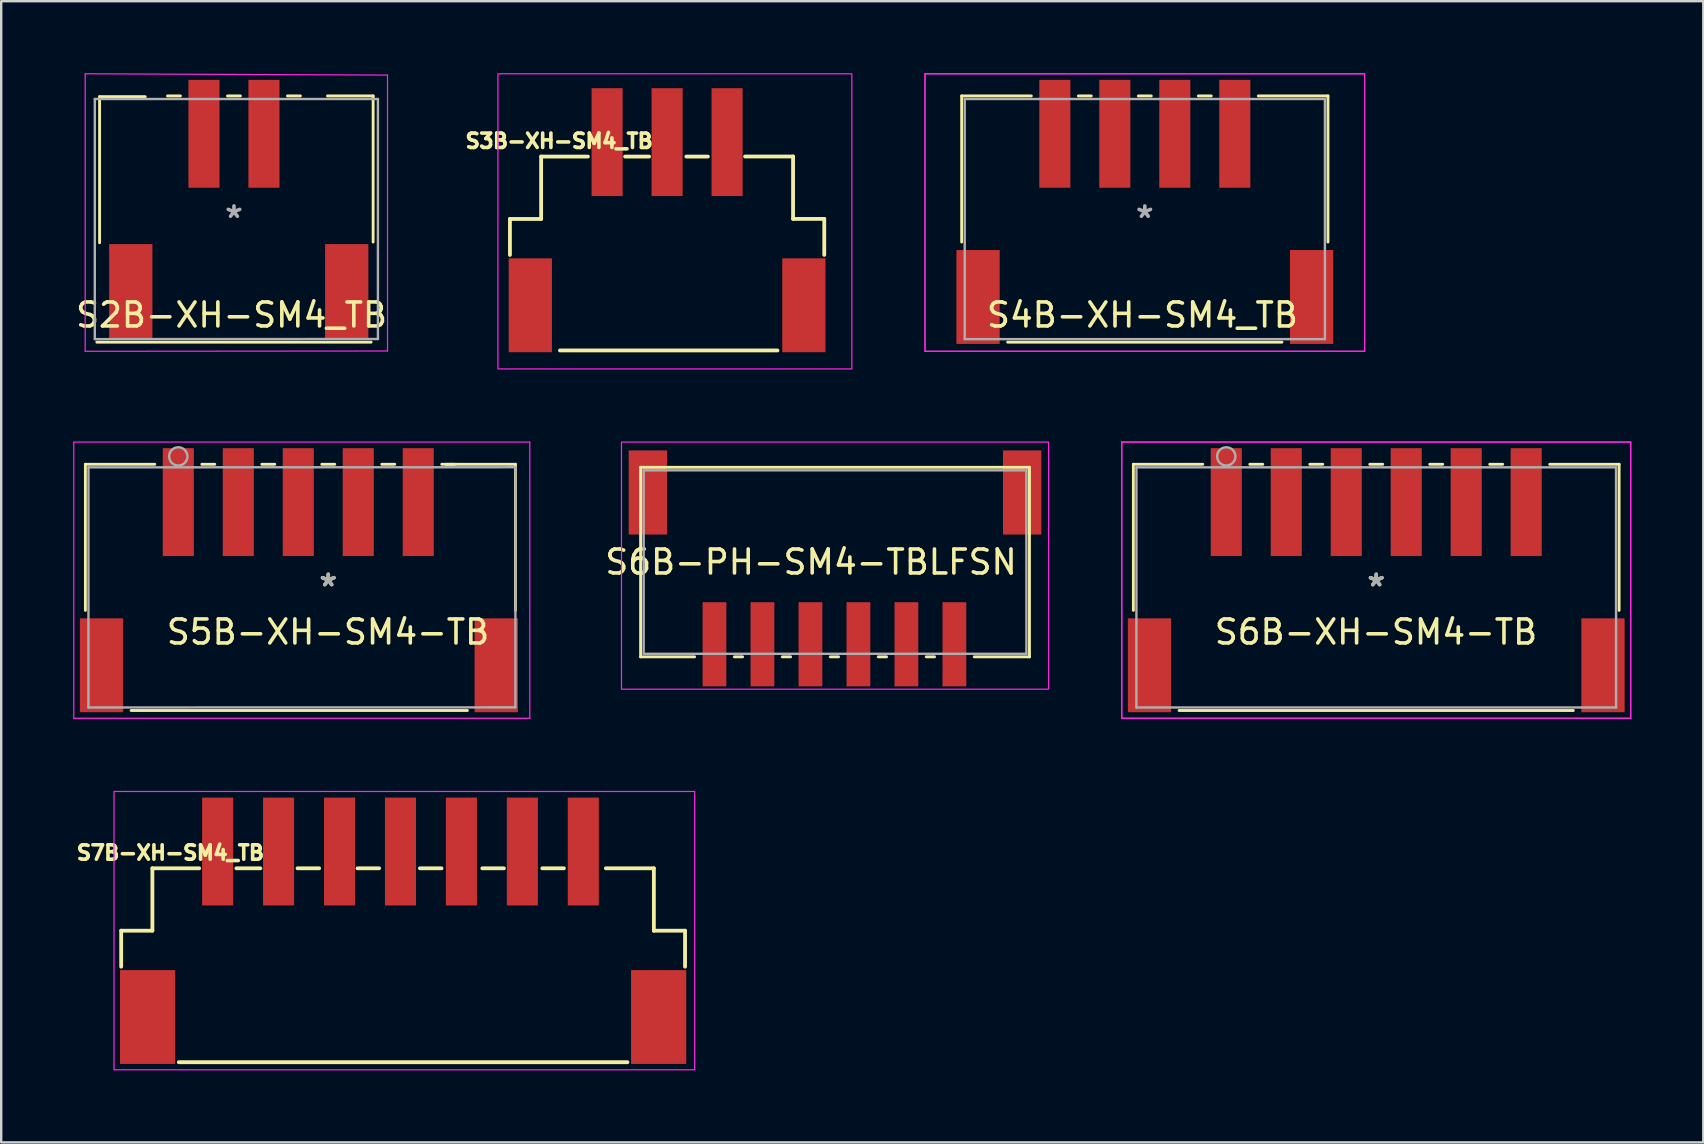
<source format=kicad_pcb>
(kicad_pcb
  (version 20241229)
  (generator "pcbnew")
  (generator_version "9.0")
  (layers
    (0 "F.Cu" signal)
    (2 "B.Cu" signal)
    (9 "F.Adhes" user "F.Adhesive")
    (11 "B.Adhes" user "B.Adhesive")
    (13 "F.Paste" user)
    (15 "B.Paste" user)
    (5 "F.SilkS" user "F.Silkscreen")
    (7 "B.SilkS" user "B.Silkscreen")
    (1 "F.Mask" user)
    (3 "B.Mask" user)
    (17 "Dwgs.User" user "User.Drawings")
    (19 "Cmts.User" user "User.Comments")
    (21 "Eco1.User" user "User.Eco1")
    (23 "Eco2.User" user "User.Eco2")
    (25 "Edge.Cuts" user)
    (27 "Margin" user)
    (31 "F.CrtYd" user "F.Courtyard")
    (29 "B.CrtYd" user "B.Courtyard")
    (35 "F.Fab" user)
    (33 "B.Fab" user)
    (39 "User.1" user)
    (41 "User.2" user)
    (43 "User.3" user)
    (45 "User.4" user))
  (footprint "S4B-XH-SM4_TB"
    (layer "F.Cu")
    (at 44.663 6.079)
    (property "Reference" "S4B-XH-SM4_TB" (at -0.1 4 0) (layer "F.SilkS") (effects (font (size 1 1) (thickness 0.15))))
    (attr smd)
    (fp_line (start -7.633 -5.131) (end -7.633 0.959) (stroke (width 0.12) (type solid)) (layer "F.SilkS"))
    (fp_line (start -5.716 5.131) (end 5.716 5.131) (stroke (width 0.12) (type solid)) (layer "F.SilkS"))
    (fp_line (start -4.73 -5.131) (end -7.633 -5.131) (stroke (width 0.12) (type solid)) (layer "F.SilkS"))
    (fp_line (start -2.23 -5.131) (end -2.77 -5.131) (stroke (width 0.12) (type solid)) (layer "F.SilkS"))
    (fp_line (start 0.27 -5.131) (end -0.27 -5.131) (stroke (width 0.12) (type solid)) (layer "F.SilkS"))
    (fp_line (start 2.77 -5.131) (end 2.23 -5.131) (stroke (width 0.12) (type solid)) (layer "F.SilkS"))
    (fp_line (start 7.633 -5.131) (end 4.73 -5.131) (stroke (width 0.12) (type solid)) (layer "F.SilkS"))
    (fp_line (start 7.633 0.959) (end 7.633 -5.131) (stroke (width 0.12) (type solid)) (layer "F.SilkS"))
    (fp_line (start -9.16 -6.054) (end -9.16 5.512) (stroke (width 0.05) (type solid)) (layer "F.CrtYd"))
    (fp_line (start -9.16 -6.054) (end -9.16 5.512) (stroke (width 0.05) (type solid)) (layer "F.CrtYd"))
    (fp_line (start -9.16 5.512) (end 9.16 5.512) (stroke (width 0.05) (type solid)) (layer "F.CrtYd"))
    (fp_line (start -9.16 5.512) (end 9.16 5.512) (stroke (width 0.05) (type solid)) (layer "F.CrtYd"))
    (fp_line (start 9.16 -6.054) (end -9.16 -6.054) (stroke (width 0.05) (type solid)) (layer "F.CrtYd"))
    (fp_line (start 9.16 -6.054) (end -9.16 -6.054) (stroke (width 0.05) (type solid)) (layer "F.CrtYd"))
    (fp_line (start 9.16 5.512) (end 9.16 -6.054) (stroke (width 0.05) (type solid)) (layer "F.CrtYd"))
    (fp_line (start 9.16 5.512) (end 9.16 -6.054) (stroke (width 0.05) (type solid)) (layer "F.CrtYd"))
    (fp_line (start -7.506 -5.004) (end -7.506 5.004) (stroke (width 0.1) (type solid)) (layer "F.Fab"))
    (fp_line (start -7.506 5.004) (end 7.506 5.004) (stroke (width 0.1) (type solid)) (layer "F.Fab"))
    (fp_line (start 7.506 -5.004) (end -7.506 -5.004) (stroke (width 0.1) (type solid)) (layer "F.Fab"))
    (fp_line (start 7.506 5.004) (end 7.506 -5.004) (stroke (width 0.1) (type solid)) (layer "F.Fab"))
    (fp_text user "*" (at 0 0 0) (layer "F.Fab") (effects (font (size 1 1) (thickness 0.15))))
    (pad "1" smd rect (at -3.75 -3.552) (size 1.295 4.496) (layers "F.Cu" "F.Mask" "F.Paste"))
    (pad "2" smd rect (at -1.25 -3.552) (size 1.295 4.496) (layers "F.Cu" "F.Mask" "F.Paste"))
    (pad "3" smd rect (at 1.25 -3.552) (size 1.295 4.496) (layers "F.Cu" "F.Mask" "F.Paste"))
    (pad "4" smd rect (at 3.75 -3.552) (size 1.295 4.496) (layers "F.Cu" "F.Mask" "F.Paste"))
    (pad "5" smd rect (at -6.95 3.248 90) (size 3.912 1.803) (layers "F.Cu" "F.Mask" "F.Paste"))
    (pad "6" smd rect (at 6.95 3.248 90) (size 3.912 1.803) (layers "F.Cu" "F.Mask" "F.Paste")))
  (footprint "S2B-XH-SM4_TB"
    (layer "F.Cu")
    (at 6.701 6.079)
    (property "Reference" "S2B-XH-SM4_TB" (at -0.1 4 0) (layer "F.SilkS") (effects (font (size 1 1) (thickness 0.15))))
    (attr smd)
    (fp_line (start -5.716 5.131) (end 5.716 5.131) (stroke (width 0.12) (type solid)) (layer "F.SilkS"))
    (fp_line (start -5.6 -5.1) (end -5.6 0.99) (stroke (width 0.12) (type solid)) (layer "F.SilkS"))
    (fp_line (start -3.698 -5.1) (end -5.6 -5.1) (stroke (width 0.12) (type solid)) (layer "F.SilkS"))
    (fp_line (start -2.23 -5.131) (end -2.77 -5.131) (stroke (width 0.12) (type solid)) (layer "F.SilkS"))
    (fp_line (start 0.27 -5.131) (end -0.27 -5.131) (stroke (width 0.12) (type solid)) (layer "F.SilkS"))
    (fp_line (start 2.77 -5.131) (end 2.23 -5.131) (stroke (width 0.12) (type solid)) (layer "F.SilkS"))
    (fp_line (start 3.898 -5.131) (end 5.8 -5.131) (stroke (width 0.12) (type solid)) (layer "F.SilkS"))
    (fp_line (start 5.8 -5.131) (end 5.8 0.959) (stroke (width 0.12) (type solid)) (layer "F.SilkS"))
    (fp_line (start -6.2 -6.054) (end -6.2 5.512) (stroke (width 0.05) (type solid)) (layer "F.CrtYd"))
    (fp_line (start -6.2 5.512) (end 6.4 5.5) (stroke (width 0.05) (type solid)) (layer "F.CrtYd"))
    (fp_line (start 6.4 -6) (end -6.2 -6.054) (stroke (width 0.05) (type solid)) (layer "F.CrtYd"))
    (fp_line (start 6.4 5.5) (end 6.4 -6) (stroke (width 0.05) (type solid)) (layer "F.CrtYd"))
    (fp_line (start -5.8 -5.004) (end -5.8 5.004) (stroke (width 0.1) (type solid)) (layer "F.Fab"))
    (fp_line (start -5.8 5.004) (end 6 5) (stroke (width 0.1) (type solid)) (layer "F.Fab"))
    (fp_line (start 6 -5.004) (end -5.8 -5.004) (stroke (width 0.1) (type solid)) (layer "F.Fab"))
    (fp_line (start 6 5.004) (end 6 -5.004) (stroke (width 0.1) (type solid)) (layer "F.Fab"))
    (fp_text user "*" (at 0 0 0) (layer "F.Fab") (effects (font (size 1 1) (thickness 0.15))))
    (pad "1" smd rect (at -1.25 -3.552) (size 1.295 4.496) (layers "F.Cu" "F.Mask" "F.Paste"))
    (pad "2" smd rect (at 1.25 -3.552) (size 1.295 4.496) (layers "F.Cu" "F.Mask" "F.Paste"))
    (pad "3" smd rect (at -4.3 3 90) (size 3.912 1.803) (layers "F.Cu" "F.Mask" "F.Paste"))
    (pad "6" smd rect (at 4.7 3 90) (size 3.912 1.803) (layers "F.Cu" "F.Mask" "F.Paste")))
  (footprint "S5B-XH-SM4-TB"
    (layer "F.Cu")
    (at 8.431 21.431)
    (property "Reference" "S5B-XH-SM4-TB" (at 2.19 1.86 0) (layer "F.SilkS") (effects (font (size 1 1) (thickness 0.15))))
    (attr through_hole)
    (fp_line (start -7.922 -5.131) (end -7.922 0.958) (stroke (width 0.12) (type solid)) (layer "F.SilkS"))
    (fp_line (start -6.016 5.131) (end 8 5.131) (stroke (width 0.12) (type solid)) (layer "F.SilkS"))
    (fp_line (start -5.03 -5.131) (end -7.922 -5.131) (stroke (width 0.12) (type solid)) (layer "F.SilkS"))
    (fp_line (start -2.53 -5.131) (end -3.07 -5.131) (stroke (width 0.12) (type solid)) (layer "F.SilkS"))
    (fp_line (start -0.03 -5.131) (end -0.57 -5.131) (stroke (width 0.12) (type solid)) (layer "F.SilkS"))
    (fp_line (start 2.47 -5.131) (end 1.93 -5.131) (stroke (width 0.12) (type solid)) (layer "F.SilkS"))
    (fp_line (start 4.97 -5.131) (end 4.43 -5.131) (stroke (width 0.12) (type solid)) (layer "F.SilkS"))
    (fp_line (start 7.47 -5.131) (end 6.93 -5.131) (stroke (width 0.12) (type solid)) (layer "F.SilkS"))
    (fp_line (start 10 -5.131) (end 7.109 -5.131) (stroke (width 0.12) (type solid)) (layer "F.SilkS"))
    (fp_line (start 10 0.958) (end 10 -5.131) (stroke (width 0.12) (type solid)) (layer "F.SilkS"))
    (fp_line (start -8.406 -6.056) (end -8.406 5.456) (stroke (width 0.05) (type solid)) (layer "F.CrtYd"))
    (fp_line (start -8.406 5.456) (end 10.6 5.456) (stroke (width 0.05) (type solid)) (layer "F.CrtYd"))
    (fp_line (start 10.6 -6.056) (end -8.406 -6.056) (stroke (width 0.05) (type solid)) (layer "F.CrtYd"))
    (fp_line (start 10.6 5.456) (end 10.6 -6.056) (stroke (width 0.05) (type solid)) (layer "F.CrtYd"))
    (fp_line (start -7.795 -5.004) (end -7.795 5.004) (stroke (width 0.1) (type solid)) (layer "F.Fab"))
    (fp_line (start -7.795 5.004) (end 10 5) (stroke (width 0.1) (type solid)) (layer "F.Fab"))
    (fp_line (start 10 -5.008) (end -7.795 -5.004) (stroke (width 0.1) (type solid)) (layer "F.Fab"))
    (fp_line (start 10 5) (end 10 -5.008) (stroke (width 0.1) (type solid)) (layer "F.Fab"))
    (fp_circle (center -4.05 -5.459) (end -3.669 -5.459) (stroke (width 0.1) (type solid)) (fill no) (layer "F.Fab"))
    (fp_text user "*" (at 2.2 0 0) (layer "F.SilkS") (effects (font (size 1 1) (thickness 0.15))))
    (fp_text user "*" (at 2.2 0 0) (layer "F.Fab") (effects (font (size 1 1) (thickness 0.15))))
    (pad "1" smd rect (at -4.05 -3.554) (size 1.295 4.496) (layers "F.Cu" "F.Mask" "F.Paste"))
    (pad "2" smd rect (at -1.55 -3.554) (size 1.295 4.496) (layers "F.Cu" "F.Mask" "F.Paste"))
    (pad "3" smd rect (at 0.95 -3.554) (size 1.295 4.496) (layers "F.Cu" "F.Mask" "F.Paste"))
    (pad "4" smd rect (at 3.45 -3.554) (size 1.295 4.496) (layers "F.Cu" "F.Mask" "F.Paste"))
    (pad "5" smd rect (at 5.95 -3.554) (size 1.295 4.496) (layers "F.Cu" "F.Mask" "F.Paste"))
    (pad "S" smd rect (at -7.25 3.246) (size 1.803 3.912) (layers "F.Cu" "F.Mask" "F.Paste"))
    (pad "S" smd rect (at 9.2 3.246) (size 1.803 3.912) (layers "F.Cu" "F.Mask" "F.Paste")))
  (footprint "S6B-XH-SM4-TB"
    (layer "F.Cu")
    (at 54.308 21.431)
    (property "Reference" "S6B-XH-SM4-TB" (at -0.01 1.86 0) (layer "F.SilkS") (effects (font (size 1 1) (thickness 0.15))))
    (attr through_hole)
    (fp_line (start -10.122 -5.131) (end -10.122 0.958) (stroke (width 0.12) (type solid)) (layer "F.SilkS"))
    (fp_line (start -8.216 5.131) (end 8.216 5.131) (stroke (width 0.12) (type solid)) (layer "F.SilkS"))
    (fp_line (start -7.23 -5.131) (end -10.122 -5.131) (stroke (width 0.12) (type solid)) (layer "F.SilkS"))
    (fp_line (start -4.73 -5.131) (end -5.27 -5.131) (stroke (width 0.12) (type solid)) (layer "F.SilkS"))
    (fp_line (start -2.23 -5.131) (end -2.77 -5.131) (stroke (width 0.12) (type solid)) (layer "F.SilkS"))
    (fp_line (start 0.27 -5.131) (end -0.27 -5.131) (stroke (width 0.12) (type solid)) (layer "F.SilkS"))
    (fp_line (start 2.77 -5.131) (end 2.23 -5.131) (stroke (width 0.12) (type solid)) (layer "F.SilkS"))
    (fp_line (start 5.27 -5.131) (end 4.73 -5.131) (stroke (width 0.12) (type solid)) (layer "F.SilkS"))
    (fp_line (start 10.122 -5.131) (end 7.23 -5.131) (stroke (width 0.12) (type solid)) (layer "F.SilkS"))
    (fp_line (start 10.122 0.958) (end 10.122 -5.131) (stroke (width 0.12) (type solid)) (layer "F.SilkS"))
    (fp_line (start -10.606 -6.056) (end -10.606 5.456) (stroke (width 0.05) (type solid)) (layer "F.CrtYd"))
    (fp_line (start -10.606 -6.056) (end -10.606 5.456) (stroke (width 0.05) (type solid)) (layer "F.CrtYd"))
    (fp_line (start -10.606 5.456) (end 10.606 5.456) (stroke (width 0.05) (type solid)) (layer "F.CrtYd"))
    (fp_line (start -10.606 5.456) (end 10.606 5.456) (stroke (width 0.05) (type solid)) (layer "F.CrtYd"))
    (fp_line (start 10.606 -6.056) (end -10.606 -6.056) (stroke (width 0.05) (type solid)) (layer "F.CrtYd"))
    (fp_line (start 10.606 -6.056) (end -10.606 -6.056) (stroke (width 0.05) (type solid)) (layer "F.CrtYd"))
    (fp_line (start 10.606 5.456) (end 10.606 -6.056) (stroke (width 0.05) (type solid)) (layer "F.CrtYd"))
    (fp_line (start 10.606 5.456) (end 10.606 -6.056) (stroke (width 0.05) (type solid)) (layer "F.CrtYd"))
    (fp_line (start -9.995 -5.004) (end -9.995 5.004) (stroke (width 0.1) (type solid)) (layer "F.Fab"))
    (fp_line (start -9.995 5.004) (end 9.995 5.004) (stroke (width 0.1) (type solid)) (layer "F.Fab"))
    (fp_line (start 9.995 -5.004) (end -9.995 -5.004) (stroke (width 0.1) (type solid)) (layer "F.Fab"))
    (fp_line (start 9.995 5.004) (end 9.995 -5.004) (stroke (width 0.1) (type solid)) (layer "F.Fab"))
    (fp_circle (center -6.25 -5.459) (end -5.869 -5.459) (stroke (width 0.1) (type solid)) (fill no) (layer "F.Fab"))
    (fp_text user "*" (at 0 0 0) (layer "F.SilkS") (effects (font (size 1 1) (thickness 0.15))))
    (fp_text user "*" (at 0 0 0) (layer "F.Fab") (effects (font (size 1 1) (thickness 0.15))))
    (pad "1" smd rect (at -6.25 -3.554) (size 1.295 4.496) (layers "F.Cu" "F.Mask" "F.Paste"))
    (pad "2" smd rect (at -3.75 -3.554) (size 1.295 4.496) (layers "F.Cu" "F.Mask" "F.Paste"))
    (pad "3" smd rect (at -1.25 -3.554) (size 1.295 4.496) (layers "F.Cu" "F.Mask" "F.Paste"))
    (pad "4" smd rect (at 1.25 -3.554) (size 1.295 4.496) (layers "F.Cu" "F.Mask" "F.Paste"))
    (pad "5" smd rect (at 3.75 -3.554) (size 1.295 4.496) (layers "F.Cu" "F.Mask" "F.Paste"))
    (pad "6" smd rect (at 6.25 -3.554) (size 1.295 4.496) (layers "F.Cu" "F.Mask" "F.Paste"))
    (pad "S" smd rect (at -9.45 3.246) (size 1.803 3.912) (layers "F.Cu" "F.Mask" "F.Paste"))
    (pad "S" smd rect (at 9.45 3.246) (size 1.803 3.912) (layers "F.Cu" "F.Mask" "F.Paste")))
  (footprint "S7B-XH-SM4_TB"
    (layer "F.Cu")
    (at 13.701 37.337)
    (property "Reference" "S7B-XH-SM4_TB" (at -9.65 -4.848 0) (layer "F.SilkS") (effects (font (size 0.6 0.6) (thickness 0.15))))
    (attr smd)
    (fp_line (start -11.7 -1.598) (end -11.7 -0.098) (stroke (width 0.159) (type solid)) (layer "F.SilkS"))
    (fp_line (start -11.7 -1.598) (end -10.4 -1.598) (stroke (width 0.159) (type solid)) (layer "F.SilkS"))
    (fp_line (start -10.4 -4.198) (end -8.45 -4.198) (stroke (width 0.159) (type solid)) (layer "F.SilkS"))
    (fp_line (start -10.4 -1.598) (end -10.4 -4.198) (stroke (width 0.159) (type solid)) (layer "F.SilkS"))
    (fp_line (start -9.3 3.883) (end 9.4 3.883) (stroke (width 0.159) (type solid)) (layer "F.SilkS"))
    (fp_line (start -6.9 -4.198) (end -5.9 -4.198) (stroke (width 0.159) (type solid)) (layer "F.SilkS"))
    (fp_line (start -4.35 -4.198) (end -3.45 -4.198) (stroke (width 0.159) (type solid)) (layer "F.SilkS"))
    (fp_line (start -1.85 -4.198) (end -0.95 -4.198) (stroke (width 0.159) (type solid)) (layer "F.SilkS"))
    (fp_line (start 0.75 -4.198) (end 1.65 -4.198) (stroke (width 0.159) (type solid)) (layer "F.SilkS"))
    (fp_line (start 3.35 -4.198) (end 4.25 -4.198) (stroke (width 0.159) (type solid)) (layer "F.SilkS"))
    (fp_line (start 5.85 -4.198) (end 6.75 -4.198) (stroke (width 0.159) (type solid)) (layer "F.SilkS"))
    (fp_line (start 10.5 -4.198) (end 8.5 -4.198) (stroke (width 0.159) (type solid)) (layer "F.SilkS"))
    (fp_line (start 10.5 -1.598) (end 10.5 -4.198) (stroke (width 0.159) (type solid)) (layer "F.SilkS"))
    (fp_line (start 11.8 -1.598) (end 10.5 -1.598) (stroke (width 0.159) (type solid)) (layer "F.SilkS"))
    (fp_line (start 11.8 -1.598) (end 11.8 -0.098) (stroke (width 0.159) (type solid)) (layer "F.SilkS"))
    (fp_rect (start -12 -7.4) (end 12.2 4.2) (stroke (width 0.05) (type solid)) (fill no) (layer "F.CrtYd"))
    (pad "1" smd rect (at -7.68 -4.898) (size 1.295 4.496) (layers "F.Cu" "F.Mask" "F.Paste"))
    (pad "2" smd rect (at -5.14 -4.898) (size 1.295 4.496) (layers "F.Cu" "F.Mask" "F.Paste"))
    (pad "3" smd rect (at -2.6 -4.898) (size 1.295 4.496) (layers "F.Cu" "F.Mask" "F.Paste"))
    (pad "4" smd rect (at -0.06 -4.898) (size 1.295 4.496) (layers "F.Cu" "F.Mask" "F.Paste"))
    (pad "5" smd rect (at 2.48 -4.898) (size 1.295 4.496) (layers "F.Cu" "F.Mask" "F.Paste"))
    (pad "6" smd rect (at 5.02 -4.898) (size 1.295 4.496) (layers "F.Cu" "F.Mask" "F.Paste"))
    (pad "7" smd rect (at 7.56 -4.898) (size 1.295 4.496) (layers "F.Cu" "F.Mask" "F.Paste"))
    (pad "S" smd rect (at -10.6 2 90) (size 3.912 2.3) (layers "F.Cu" "F.Mask" "F.Paste"))
    (pad "S" smd rect (at 10.7 2 90) (size 3.912 2.3) (layers "F.Cu" "F.Mask" "F.Paste")))
  (footprint "S6B-PH-SM4-TBLFSN"
    (layer "F.Cu")
    (at 31.752 20.375)
    (property "Reference" "S6B-PH-SM4-TBLFSN" (at -1 0 0) (layer "F.SilkS") (effects (font (size 1 1) (thickness 0.15))))
    (attr through_hole)
    (fp_line (start -8.103 -3.95) (end -8.103 3.95) (stroke (width 0.12) (type solid)) (layer "F.SilkS"))
    (fp_line (start -8.103 3.95) (end -5.853 3.95) (stroke (width 0.12) (type solid)) (layer "F.SilkS"))
    (fp_line (start -4.197 3.95) (end -3.853 3.95) (stroke (width 0.12) (type solid)) (layer "F.SilkS"))
    (fp_line (start -2.197 3.95) (end -1.853 3.95) (stroke (width 0.12) (type solid)) (layer "F.SilkS"))
    (fp_line (start -0.197 3.95) (end 0.147 3.95) (stroke (width 0.12) (type solid)) (layer "F.SilkS"))
    (fp_line (start 1.803 3.95) (end 2.147 3.95) (stroke (width 0.12) (type solid)) (layer "F.SilkS"))
    (fp_line (start 3.803 3.95) (end 4.147 3.95) (stroke (width 0.12) (type solid)) (layer "F.SilkS"))
    (fp_line (start 5.803 3.95) (end 8.103 3.95) (stroke (width 0.12) (type solid)) (layer "F.SilkS"))
    (fp_line (start 8.103 -3.95) (end -8.103 -3.95) (stroke (width 0.12) (type solid)) (layer "F.SilkS"))
    (fp_line (start 8.103 3.95) (end 8.103 -3.95) (stroke (width 0.12) (type solid)) (layer "F.SilkS"))
    (fp_rect (start -8.9 -5) (end 8.9 5.3) (stroke (width 0.05) (type solid)) (fill no) (layer "F.CrtYd"))
    (fp_line (start -7.976 -3.823) (end -7.976 3.823) (stroke (width 0.1) (type solid)) (layer "F.Fab"))
    (fp_line (start -7.976 3.823) (end 7.976 3.823) (stroke (width 0.1) (type solid)) (layer "F.Fab"))
    (fp_line (start 7.976 -3.823) (end -7.976 -3.823) (stroke (width 0.1) (type solid)) (layer "F.Fab"))
    (fp_line (start 7.976 3.823) (end 7.976 -3.823) (stroke (width 0.1) (type solid)) (layer "F.Fab"))
    (pad "1" smd rect (at 4.975 3.427) (size 0.991 3.505) (layers "F.Cu" "F.Mask" "F.Paste"))
    (pad "2" smd rect (at 2.975 3.427) (size 0.991 3.505) (layers "F.Cu" "F.Mask" "F.Paste"))
    (pad "3" smd rect (at 0.975 3.427) (size 0.991 3.505) (layers "F.Cu" "F.Mask" "F.Paste"))
    (pad "4" smd rect (at -1.025 3.427) (size 0.991 3.505) (layers "F.Cu" "F.Mask" "F.Paste"))
    (pad "5" smd rect (at -3.025 3.427) (size 0.991 3.505) (layers "F.Cu" "F.Mask" "F.Paste"))
    (pad "6" smd rect (at -5.025 3.427) (size 0.991 3.505) (layers "F.Cu" "F.Mask" "F.Paste"))
    (pad "S" smd rect (at -7.8 -2.9) (size 1.6 3.505) (layers "F.Cu" "F.Mask" "F.Paste"))
    (pad "S" smd rect (at 7.8 -2.9) (size 1.6 3.505) (layers "F.Cu" "F.Mask" "F.Paste")))
  (footprint "S3B-XH-SM4_TB"
    (layer "F.Cu")
    (at 24.603 7.273)
    (property "Reference" "S3B-XH-SM4_TB" (at -4.35 -4.448 0) (layer "F.SilkS") (effects (font (size 0.6 0.6) (thickness 0.15))))
    (attr smd)
    (fp_line (start -6.4 -1.198) (end -6.4 0.302) (stroke (width 0.159) (type solid)) (layer "F.SilkS"))
    (fp_line (start -6.4 -1.198) (end -5.1 -1.198) (stroke (width 0.159) (type solid)) (layer "F.SilkS"))
    (fp_line (start -5.1 -3.798) (end -3.15 -3.798) (stroke (width 0.159) (type solid)) (layer "F.SilkS"))
    (fp_line (start -5.1 -1.198) (end -5.1 -3.798) (stroke (width 0.159) (type solid)) (layer "F.SilkS"))
    (fp_line (start -4.316 4.283) (end 4.75 4.283) (stroke (width 0.159) (type solid)) (layer "F.SilkS"))
    (fp_line (start -1.6 -3.798) (end -0.6 -3.798) (stroke (width 0.159) (type solid)) (layer "F.SilkS"))
    (fp_line (start 0.95 -3.798) (end 1.85 -3.798) (stroke (width 0.159) (type solid)) (layer "F.SilkS"))
    (fp_line (start 5.4 -3.8) (end 3.4 -3.8) (stroke (width 0.159) (type solid)) (layer "F.SilkS"))
    (fp_line (start 5.4 -1.2) (end 5.4 -3.8) (stroke (width 0.159) (type solid)) (layer "F.SilkS"))
    (fp_line (start 6.7 -1.2) (end 5.4 -1.2) (stroke (width 0.159) (type solid)) (layer "F.SilkS"))
    (fp_line (start 6.7 -1.2) (end 6.7 0.3) (stroke (width 0.159) (type solid)) (layer "F.SilkS"))
    (fp_rect (start -6.9 -7.248) (end 7.85 5.052) (stroke (width 0.05) (type solid)) (fill no) (layer "F.CrtYd"))
    (pad "1" smd rect (at -2.35 -4.4) (size 1.295 4.496) (layers "F.Cu" "F.Mask" "F.Paste"))
    (pad "2" smd rect (at 0.15 -4.4) (size 1.295 4.496) (layers "F.Cu" "F.Mask" "F.Paste"))
    (pad "3" smd rect (at 2.65 -4.4) (size 1.295 4.496) (layers "F.Cu" "F.Mask" "F.Paste"))
    (pad "S" smd rect (at -5.55 2.4 90) (size 3.912 1.803) (layers "F.Cu" "F.Mask" "F.Paste"))
    (pad "S" smd rect (at 5.85 2.4 90) (size 3.912 1.803) (layers "F.Cu" "F.Mask" "F.Paste")))
  (gr_rect
    (start -3 -3)
    (end 67.939 44.562)
    (stroke (width 0.1) (type default))
    (fill no)
    (layer "Edge.Cuts")))
</source>
